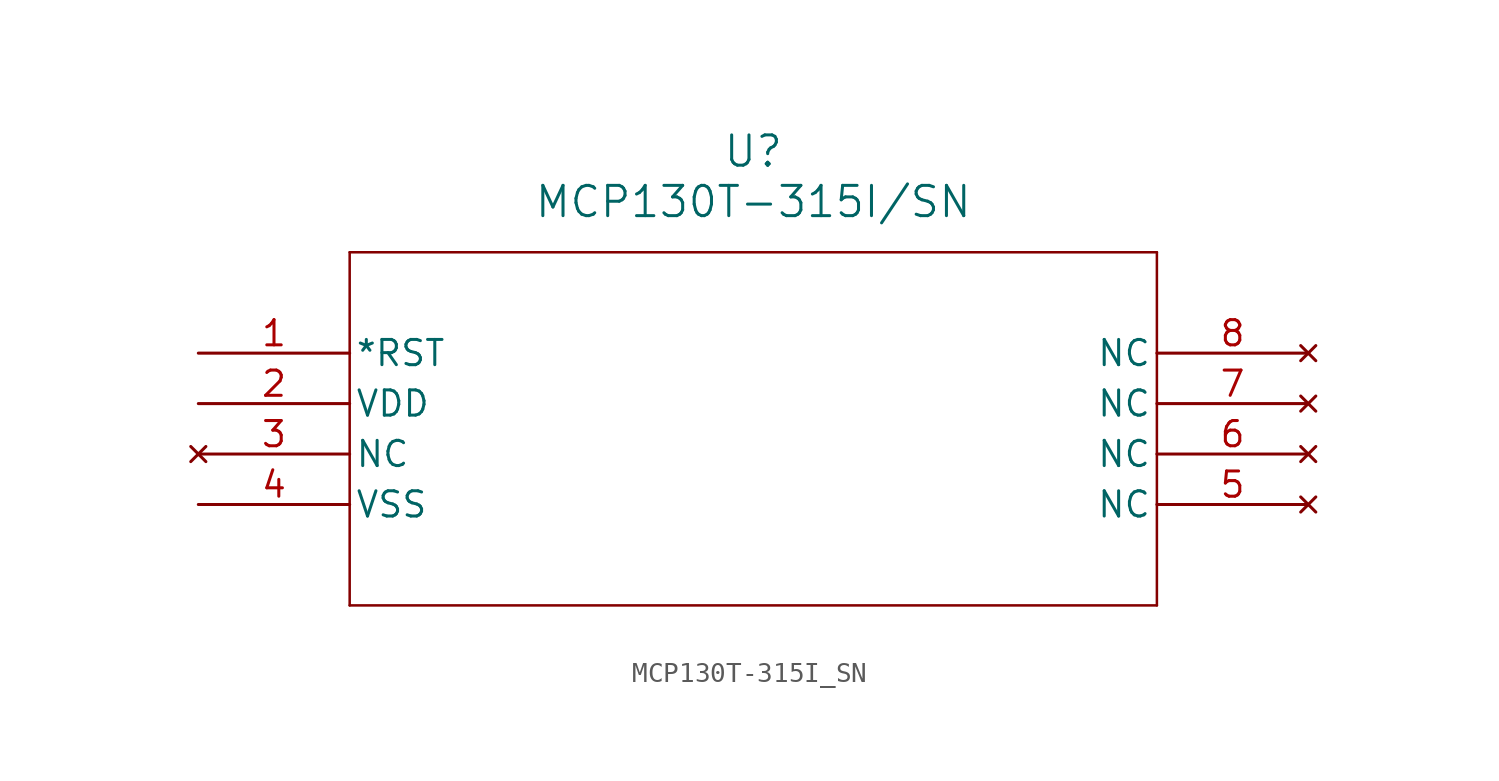
<source format=kicad_sym>
(kicad_symbol_lib
  (version 20211014)
  (generator kicad_symbol_editor)
  (symbol "MCP130T-315I_SN"
    (pin_names
      (offset 0.254))
    (property "Reference" "U"
      (at 27.94 10.16 0)
      (effects (font (size 1.524 1.524))))
    (property "Value" "MCP130T-315I/SN"
      (at 27.94 7.62 0)
      (effects (font (size 1.524 1.524))))
    (symbol "MCP130T-315I_SN_0_1"
      (polyline (pts (xy 7.62 5.08) (xy 7.62 -12.7)) (stroke (width 0.127) (type default) (color 0 0 0 0)) (fill (type none)))
      (polyline (pts (xy 7.62 -12.7) (xy 48.26 -12.7)) (stroke (width 0.127) (type default) (color 0 0 0 0)) (fill (type none)))
      (polyline (pts (xy 48.26 -12.7) (xy 48.26 5.08)) (stroke (width 0.127) (type default) (color 0 0 0 0)) (fill (type none)))
      (polyline (pts (xy 48.26 5.08) (xy 7.62 5.08)) (stroke (width 0.127) (type default) (color 0 0 0 0)) (fill (type none)))
      (pin unspecified line (at 0 0 0) (length 7.62) (name "*RST" (effects (font (size 1.27 1.27)))) (number "1" (effects (font (size 1.27 1.27)))))
      (pin power_in line (at 0 -2.54 0) (length 7.62) (name "VDD" (effects (font (size 1.27 1.27)))) (number "2" (effects (font (size 1.27 1.27)))))
      (pin no_connect line (at 0 -5.08 0) (length 7.62) (name "NC" (effects (font (size 1.27 1.27)))) (number "3" (effects (font (size 1.27 1.27)))))
      (pin power_in line (at 0 -7.62 0) (length 7.62) (name "VSS" (effects (font (size 1.27 1.27)))) (number "4" (effects (font (size 1.27 1.27)))))
      (pin no_connect line (at 55.88 -7.62 180) (length 7.62) (name "NC" (effects (font (size 1.27 1.27)))) (number "5" (effects (font (size 1.27 1.27)))))
      (pin no_connect line (at 55.88 -5.08 180) (length 7.62) (name "NC" (effects (font (size 1.27 1.27)))) (number "6" (effects (font (size 1.27 1.27)))))
      (pin no_connect line (at 55.88 -2.54 180) (length 7.62) (name "NC" (effects (font (size 1.27 1.27)))) (number "7" (effects (font (size 1.27 1.27)))))
      (pin no_connect line (at 55.88 0 180) (length 7.62) (name "NC" (effects (font (size 1.27 1.27)))) (number "8" (effects (font (size 1.27 1.27))))))))
</source>
